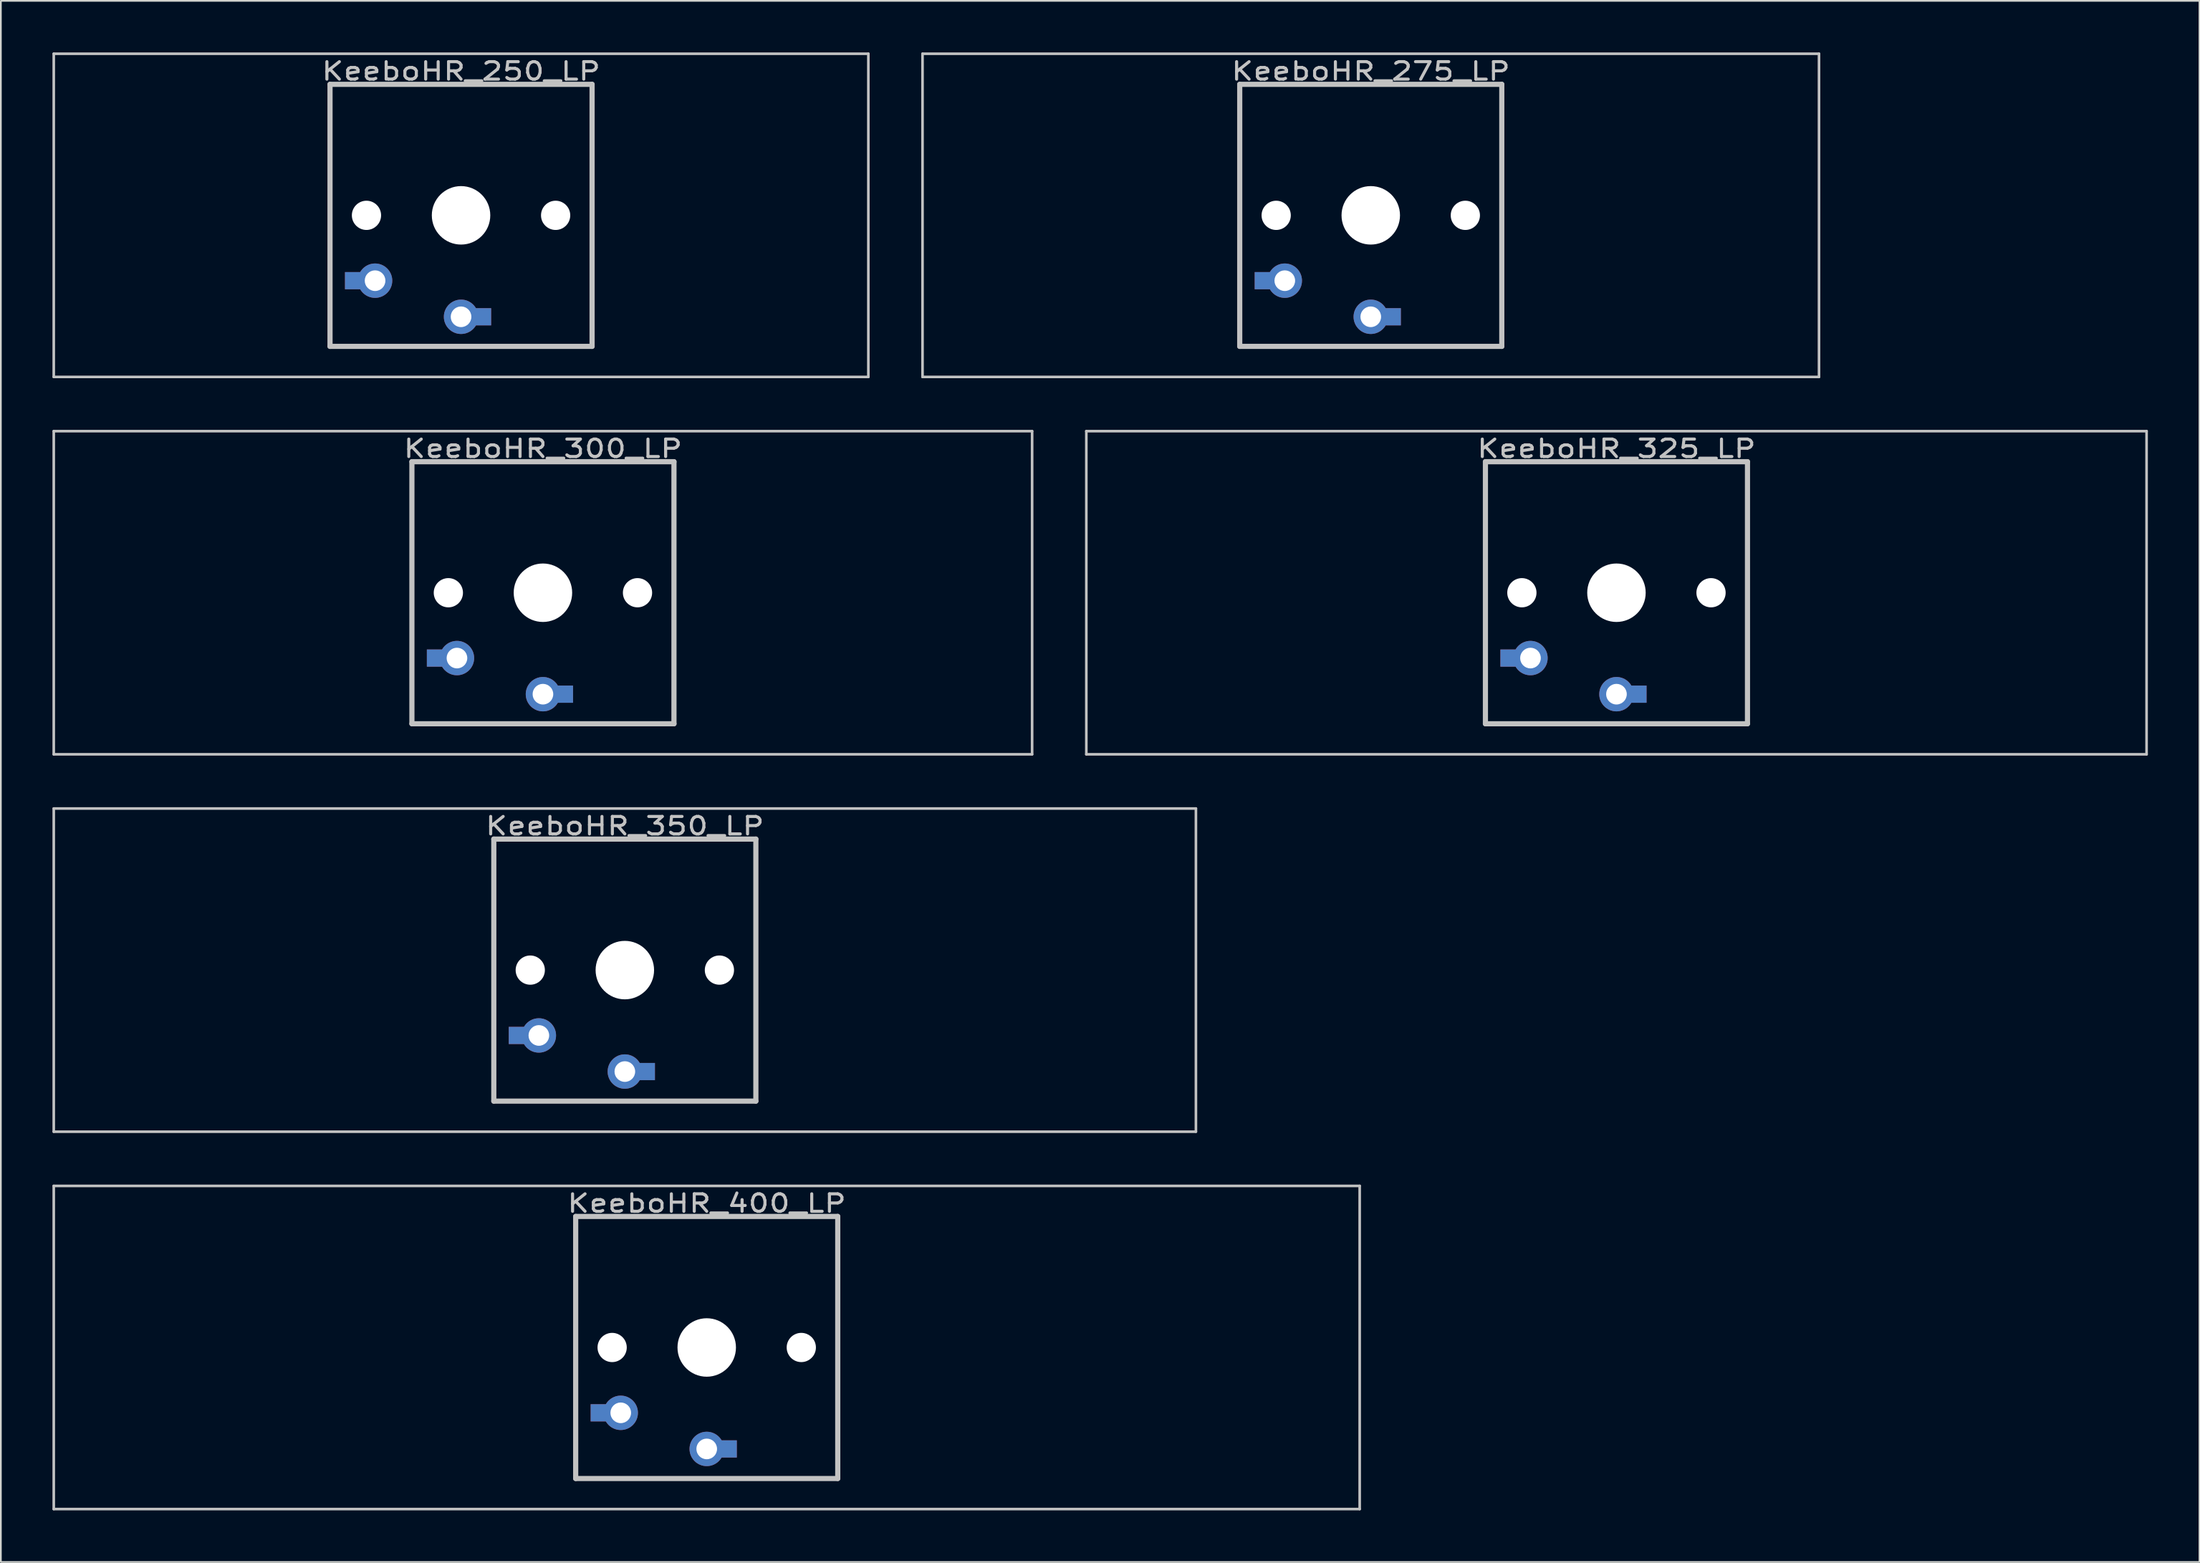
<source format=kicad_pcb>
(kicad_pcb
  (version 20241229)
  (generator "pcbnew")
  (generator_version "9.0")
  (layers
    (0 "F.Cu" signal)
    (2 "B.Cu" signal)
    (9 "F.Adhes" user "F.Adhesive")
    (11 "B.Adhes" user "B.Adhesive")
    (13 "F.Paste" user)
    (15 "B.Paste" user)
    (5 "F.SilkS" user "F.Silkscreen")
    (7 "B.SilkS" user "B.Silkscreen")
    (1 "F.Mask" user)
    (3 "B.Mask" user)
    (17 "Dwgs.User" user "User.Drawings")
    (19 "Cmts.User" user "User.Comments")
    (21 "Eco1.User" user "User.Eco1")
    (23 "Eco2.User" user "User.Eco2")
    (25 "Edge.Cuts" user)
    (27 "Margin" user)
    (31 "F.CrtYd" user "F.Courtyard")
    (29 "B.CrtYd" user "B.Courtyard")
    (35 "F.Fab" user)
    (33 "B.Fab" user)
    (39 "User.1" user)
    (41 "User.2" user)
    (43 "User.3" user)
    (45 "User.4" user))
  (footprint "KeeboHR_325_LP"
    (layer "F.Cu")
    (at 90.954 31.423)
    (property "Reference" "KeeboHR_325_LP" (at 0 -8.382 0) (layer "Dwgs.User") (effects (font (size 1.016 1.27) (thickness 0.178))))
    (attr through_hole)
    (fp_line (start -30.829 -9.398) (end 30.829 -9.398) (stroke (width 0.152) (type solid)) (layer "Dwgs.User"))
    (fp_line (start -30.829 9.398) (end -30.829 -9.398) (stroke (width 0.152) (type solid)) (layer "Dwgs.User"))
    (fp_line (start -7.62 -7.62) (end 7.62 -7.62) (stroke (width 0.3) (type solid)) (layer "Dwgs.User"))
    (fp_line (start -7.62 7.62) (end -7.62 -7.62) (stroke (width 0.3) (type solid)) (layer "Dwgs.User"))
    (fp_line (start 7.62 -7.62) (end 7.62 7.62) (stroke (width 0.3) (type solid)) (layer "Dwgs.User"))
    (fp_line (start 7.62 7.62) (end -7.62 7.62) (stroke (width 0.3) (type solid)) (layer "Dwgs.User"))
    (fp_line (start 30.829 -9.398) (end 30.829 9.398) (stroke (width 0.152) (type solid)) (layer "Dwgs.User"))
    (fp_line (start 30.829 9.398) (end -30.829 9.398) (stroke (width 0.152) (type solid)) (layer "Dwgs.User"))
    (pad "" np_thru_hole circle (at -5.5 0) (size 1.7 1.7) (drill 1.7) (layers "*.Cu" "*.Mask"))
    (pad "" np_thru_hole circle (at 0 0) (size 3.4 3.4) (drill 3.4) (layers "*.Cu" "*.Mask"))
    (pad "" np_thru_hole circle (at 5.5 0) (size 1.7 1.7) (drill 1.7) (layers "*.Cu" "*.Mask"))
    (pad "1" thru_hole circle (at 0 5.9) (size 2 2) (drill 1.2) (layers "*.Cu" "*.Mask"))
    (pad "1" smd rect (at 1.25 5.9) (size 1 1) (layers "*.Cu" "*.Mask"))
    (pad "2" smd rect (at -6.25 3.8) (size 1 1) (layers "*.Cu" "*.Mask"))
    (pad "2" thru_hole circle (at -5 3.8) (size 2 2) (drill 1.2) (layers "*.Cu" "*.Mask")))
  (footprint "KeeboHR_250_LP"
    (layer "F.Cu")
    (at 23.762 9.474)
    (property "Reference" "KeeboHR_250_LP" (at 0 -8.382 0) (layer "Dwgs.User") (effects (font (size 1.016 1.27) (thickness 0.178))))
    (attr through_hole)
    (fp_line (start -23.686 -9.398) (end 23.686 -9.398) (stroke (width 0.152) (type solid)) (layer "Dwgs.User"))
    (fp_line (start -23.686 9.398) (end -23.686 -9.398) (stroke (width 0.152) (type solid)) (layer "Dwgs.User"))
    (fp_line (start -7.62 -7.62) (end 7.62 -7.62) (stroke (width 0.3) (type solid)) (layer "Dwgs.User"))
    (fp_line (start -7.62 7.62) (end -7.62 -7.62) (stroke (width 0.3) (type solid)) (layer "Dwgs.User"))
    (fp_line (start 7.62 -7.62) (end 7.62 7.62) (stroke (width 0.3) (type solid)) (layer "Dwgs.User"))
    (fp_line (start 7.62 7.62) (end -7.62 7.62) (stroke (width 0.3) (type solid)) (layer "Dwgs.User"))
    (fp_line (start 23.686 -9.398) (end 23.686 9.398) (stroke (width 0.152) (type solid)) (layer "Dwgs.User"))
    (fp_line (start 23.686 9.398) (end -23.686 9.398) (stroke (width 0.152) (type solid)) (layer "Dwgs.User"))
    (pad "" np_thru_hole circle (at -5.5 0) (size 1.7 1.7) (drill 1.7) (layers "*.Cu" "*.Mask"))
    (pad "" np_thru_hole circle (at 0 0) (size 3.4 3.4) (drill 3.4) (layers "*.Cu" "*.Mask"))
    (pad "" np_thru_hole circle (at 5.5 0) (size 1.7 1.7) (drill 1.7) (layers "*.Cu" "*.Mask"))
    (pad "1" thru_hole circle (at 0 5.9) (size 2 2) (drill 1.2) (layers "*.Cu" "*.Mask"))
    (pad "1" smd rect (at 1.25 5.9) (size 1 1) (layers "*.Cu" "*.Mask"))
    (pad "2" smd rect (at -6.25 3.8) (size 1 1) (layers "*.Cu" "*.Mask"))
    (pad "2" thru_hole circle (at -5 3.8) (size 2 2) (drill 1.2) (layers "*.Cu" "*.Mask")))
  (footprint "KeeboHR_400_LP"
    (layer "F.Cu")
    (at 38.049 75.319)
    (property "Reference" "KeeboHR_400_LP" (at 0 -8.382 0) (layer "Dwgs.User") (effects (font (size 1.016 1.27) (thickness 0.178))))
    (attr through_hole)
    (fp_line (start -37.973 -9.398) (end 37.973 -9.398) (stroke (width 0.152) (type solid)) (layer "Dwgs.User"))
    (fp_line (start -37.973 9.398) (end -37.973 -9.398) (stroke (width 0.152) (type solid)) (layer "Dwgs.User"))
    (fp_line (start -7.62 -7.62) (end 7.62 -7.62) (stroke (width 0.3) (type solid)) (layer "Dwgs.User"))
    (fp_line (start -7.62 7.62) (end -7.62 -7.62) (stroke (width 0.3) (type solid)) (layer "Dwgs.User"))
    (fp_line (start 7.62 -7.62) (end 7.62 7.62) (stroke (width 0.3) (type solid)) (layer "Dwgs.User"))
    (fp_line (start 7.62 7.62) (end -7.62 7.62) (stroke (width 0.3) (type solid)) (layer "Dwgs.User"))
    (fp_line (start 37.973 -9.398) (end 37.973 9.398) (stroke (width 0.152) (type solid)) (layer "Dwgs.User"))
    (fp_line (start 37.973 9.398) (end -37.973 9.398) (stroke (width 0.152) (type solid)) (layer "Dwgs.User"))
    (pad "" np_thru_hole circle (at -5.5 0) (size 1.7 1.7) (drill 1.7) (layers "*.Cu" "*.Mask"))
    (pad "" np_thru_hole circle (at 0 0) (size 3.4 3.4) (drill 3.4) (layers "*.Cu" "*.Mask"))
    (pad "" np_thru_hole circle (at 5.5 0) (size 1.7 1.7) (drill 1.7) (layers "*.Cu" "*.Mask"))
    (pad "1" thru_hole circle (at 0 5.9) (size 2 2) (drill 1.2) (layers "*.Cu" "*.Mask"))
    (pad "1" smd rect (at 1.25 5.9) (size 1 1) (layers "*.Cu" "*.Mask"))
    (pad "2" smd rect (at -6.25 3.8) (size 1 1) (layers "*.Cu" "*.Mask"))
    (pad "2" thru_hole circle (at -5 3.8) (size 2 2) (drill 1.2) (layers "*.Cu" "*.Mask")))
  (footprint "KeeboHR_300_LP"
    (layer "F.Cu")
    (at 28.524 31.423)
    (property "Reference" "KeeboHR_300_LP" (at 0 -8.382 0) (layer "Dwgs.User") (effects (font (size 1.016 1.27) (thickness 0.178))))
    (attr through_hole)
    (fp_line (start -28.448 -9.398) (end 28.448 -9.398) (stroke (width 0.152) (type solid)) (layer "Dwgs.User"))
    (fp_line (start -28.448 9.398) (end -28.448 -9.398) (stroke (width 0.152) (type solid)) (layer "Dwgs.User"))
    (fp_line (start -7.62 -7.62) (end 7.62 -7.62) (stroke (width 0.3) (type solid)) (layer "Dwgs.User"))
    (fp_line (start -7.62 7.62) (end -7.62 -7.62) (stroke (width 0.3) (type solid)) (layer "Dwgs.User"))
    (fp_line (start 7.62 -7.62) (end 7.62 7.62) (stroke (width 0.3) (type solid)) (layer "Dwgs.User"))
    (fp_line (start 7.62 7.62) (end -7.62 7.62) (stroke (width 0.3) (type solid)) (layer "Dwgs.User"))
    (fp_line (start 28.448 -9.398) (end 28.448 9.398) (stroke (width 0.152) (type solid)) (layer "Dwgs.User"))
    (fp_line (start 28.448 9.398) (end -28.448 9.398) (stroke (width 0.152) (type solid)) (layer "Dwgs.User"))
    (pad "" np_thru_hole circle (at -5.5 0) (size 1.7 1.7) (drill 1.7) (layers "*.Cu" "*.Mask"))
    (pad "" np_thru_hole circle (at 0 0) (size 3.4 3.4) (drill 3.4) (layers "*.Cu" "*.Mask"))
    (pad "" np_thru_hole circle (at 5.5 0) (size 1.7 1.7) (drill 1.7) (layers "*.Cu" "*.Mask"))
    (pad "1" thru_hole circle (at 0 5.9) (size 2 2) (drill 1.2) (layers "*.Cu" "*.Mask"))
    (pad "1" smd rect (at 1.25 5.9) (size 1 1) (layers "*.Cu" "*.Mask"))
    (pad "2" smd rect (at -6.25 3.8) (size 1 1) (layers "*.Cu" "*.Mask"))
    (pad "2" thru_hole circle (at -5 3.8) (size 2 2) (drill 1.2) (layers "*.Cu" "*.Mask")))
  (footprint "KeeboHR_350_LP"
    (layer "F.Cu")
    (at 33.287 53.371)
    (property "Reference" "KeeboHR_350_LP" (at 0 -8.382 0) (layer "Dwgs.User") (effects (font (size 1.016 1.27) (thickness 0.178))))
    (attr through_hole)
    (fp_line (start -33.211 -9.398) (end 33.211 -9.398) (stroke (width 0.152) (type solid)) (layer "Dwgs.User"))
    (fp_line (start -33.211 9.398) (end -33.211 -9.398) (stroke (width 0.152) (type solid)) (layer "Dwgs.User"))
    (fp_line (start -7.62 -7.62) (end 7.62 -7.62) (stroke (width 0.3) (type solid)) (layer "Dwgs.User"))
    (fp_line (start -7.62 7.62) (end -7.62 -7.62) (stroke (width 0.3) (type solid)) (layer "Dwgs.User"))
    (fp_line (start 7.62 -7.62) (end 7.62 7.62) (stroke (width 0.3) (type solid)) (layer "Dwgs.User"))
    (fp_line (start 7.62 7.62) (end -7.62 7.62) (stroke (width 0.3) (type solid)) (layer "Dwgs.User"))
    (fp_line (start 33.211 -9.398) (end 33.211 9.398) (stroke (width 0.152) (type solid)) (layer "Dwgs.User"))
    (fp_line (start 33.211 9.398) (end -33.211 9.398) (stroke (width 0.152) (type solid)) (layer "Dwgs.User"))
    (pad "" np_thru_hole circle (at -5.5 0) (size 1.7 1.7) (drill 1.7) (layers "*.Cu" "*.Mask"))
    (pad "" np_thru_hole circle (at 0 0) (size 3.4 3.4) (drill 3.4) (layers "*.Cu" "*.Mask"))
    (pad "" np_thru_hole circle (at 5.5 0) (size 1.7 1.7) (drill 1.7) (layers "*.Cu" "*.Mask"))
    (pad "1" thru_hole circle (at 0 5.9) (size 2 2) (drill 1.2) (layers "*.Cu" "*.Mask"))
    (pad "1" smd rect (at 1.25 5.9) (size 1 1) (layers "*.Cu" "*.Mask"))
    (pad "2" smd rect (at -6.25 3.8) (size 1 1) (layers "*.Cu" "*.Mask"))
    (pad "2" thru_hole circle (at -5 3.8) (size 2 2) (drill 1.2) (layers "*.Cu" "*.Mask")))
  (footprint "KeeboHR_275_LP"
    (layer "F.Cu")
    (at 76.666 9.474)
    (property "Reference" "KeeboHR_275_LP" (at 0 -8.382 0) (layer "Dwgs.User") (effects (font (size 1.016 1.27) (thickness 0.178))))
    (attr through_hole)
    (fp_line (start -26.067 -9.398) (end 26.067 -9.398) (stroke (width 0.152) (type solid)) (layer "Dwgs.User"))
    (fp_line (start -26.067 9.398) (end -26.067 -9.398) (stroke (width 0.152) (type solid)) (layer "Dwgs.User"))
    (fp_line (start -7.62 -7.62) (end 7.62 -7.62) (stroke (width 0.3) (type solid)) (layer "Dwgs.User"))
    (fp_line (start -7.62 7.62) (end -7.62 -7.62) (stroke (width 0.3) (type solid)) (layer "Dwgs.User"))
    (fp_line (start 7.62 -7.62) (end 7.62 7.62) (stroke (width 0.3) (type solid)) (layer "Dwgs.User"))
    (fp_line (start 7.62 7.62) (end -7.62 7.62) (stroke (width 0.3) (type solid)) (layer "Dwgs.User"))
    (fp_line (start 26.067 -9.398) (end 26.067 9.398) (stroke (width 0.152) (type solid)) (layer "Dwgs.User"))
    (fp_line (start 26.067 9.398) (end -26.067 9.398) (stroke (width 0.152) (type solid)) (layer "Dwgs.User"))
    (pad "" np_thru_hole circle (at -5.5 0) (size 1.7 1.7) (drill 1.7) (layers "*.Cu" "*.Mask"))
    (pad "" np_thru_hole circle (at 0 0) (size 3.4 3.4) (drill 3.4) (layers "*.Cu" "*.Mask"))
    (pad "" np_thru_hole circle (at 5.5 0) (size 1.7 1.7) (drill 1.7) (layers "*.Cu" "*.Mask"))
    (pad "1" thru_hole circle (at 0 5.9) (size 2 2) (drill 1.2) (layers "*.Cu" "*.Mask"))
    (pad "1" smd rect (at 1.25 5.9) (size 1 1) (layers "*.Cu" "*.Mask"))
    (pad "2" smd rect (at -6.25 3.8) (size 1 1) (layers "*.Cu" "*.Mask"))
    (pad "2" thru_hole circle (at -5 3.8) (size 2 2) (drill 1.2) (layers "*.Cu" "*.Mask")))
  (gr_rect
    (start -3 -3)
    (end 124.859 87.794)
    (stroke (width 0.1) (type default))
    (fill no)
    (layer "Edge.Cuts")))
</source>
